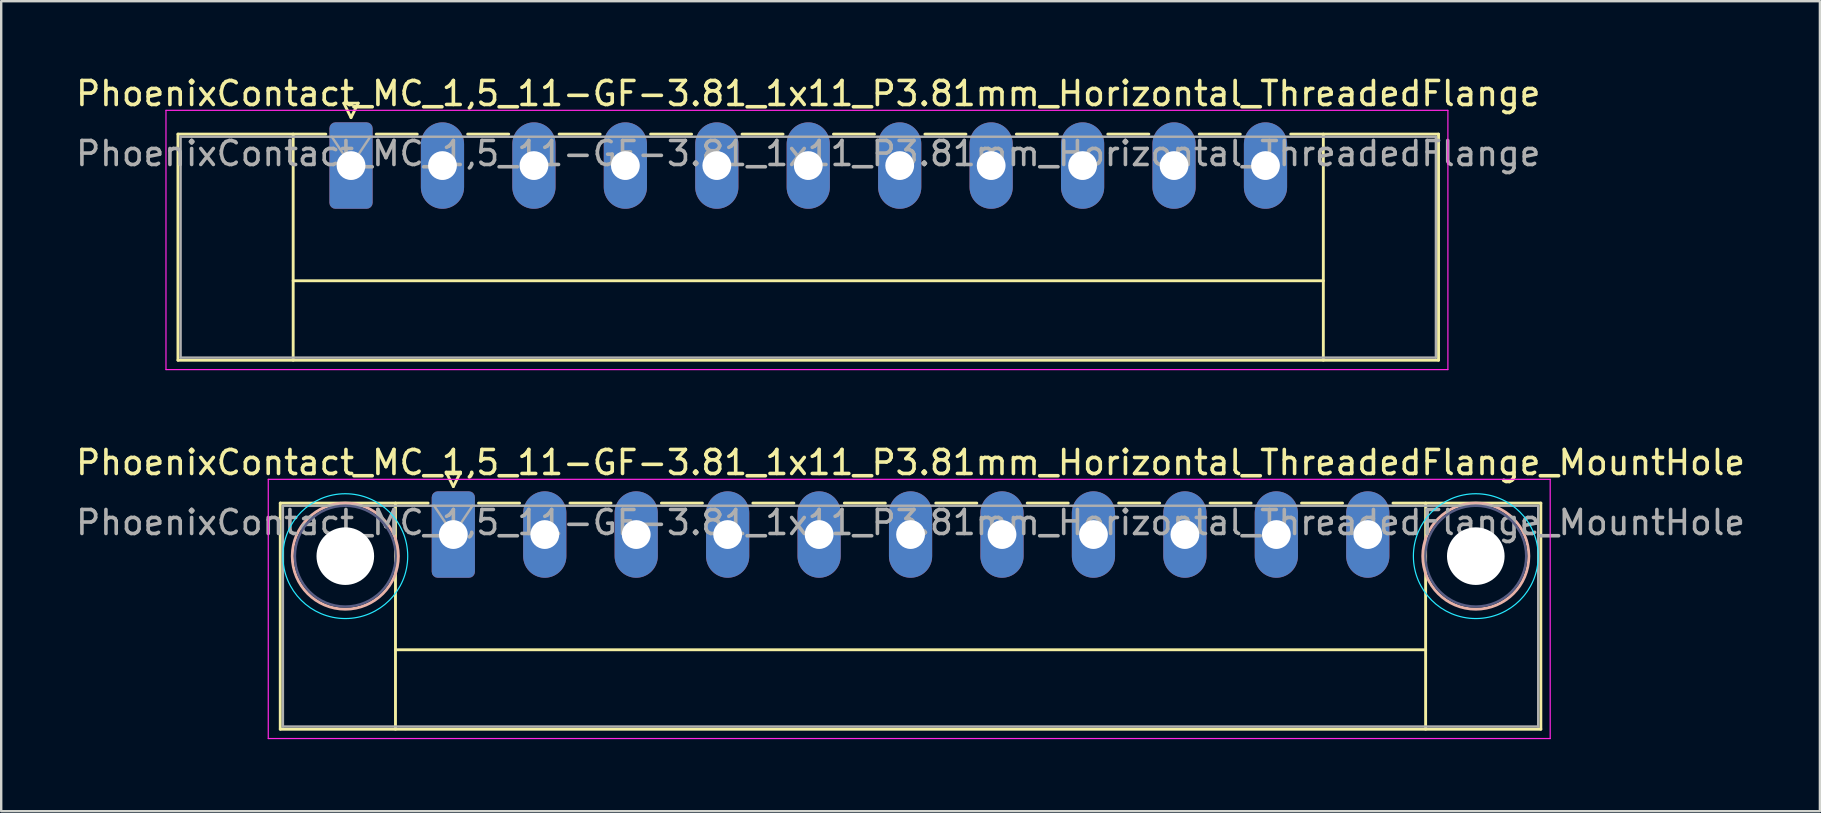
<source format=kicad_pcb>
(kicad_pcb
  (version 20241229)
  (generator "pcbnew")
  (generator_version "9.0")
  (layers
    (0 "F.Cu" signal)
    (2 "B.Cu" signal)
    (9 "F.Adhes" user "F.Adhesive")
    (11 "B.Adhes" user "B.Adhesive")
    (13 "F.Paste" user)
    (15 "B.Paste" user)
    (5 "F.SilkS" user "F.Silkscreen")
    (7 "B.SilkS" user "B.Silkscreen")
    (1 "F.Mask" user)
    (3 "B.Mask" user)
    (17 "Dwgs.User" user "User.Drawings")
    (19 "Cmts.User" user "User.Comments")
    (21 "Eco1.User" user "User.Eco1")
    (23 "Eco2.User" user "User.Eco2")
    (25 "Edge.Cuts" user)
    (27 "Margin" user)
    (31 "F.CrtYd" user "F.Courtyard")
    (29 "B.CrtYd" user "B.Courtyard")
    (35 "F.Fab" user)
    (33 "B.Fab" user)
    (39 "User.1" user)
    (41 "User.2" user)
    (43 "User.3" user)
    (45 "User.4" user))
  (footprint "PhoenixContact_MC_1,5_11-GF-3.81_1x11_P3.81mm_Horizontal_ThreadedFlange"
    (layer "F.Cu")
    (at 11.575 3.848)
    (property "Reference" "PhoenixContact_MC_1,5_11-GF-3.81_1x11_P3.81mm_Horizontal_ThreadedFlange" (at 19.05 -3 0) (layer "F.SilkS") (effects (font (size 1 1) (thickness 0.15))))
    (attr through_hole)
    (fp_line (start -7.21 -1.31) (end -7.21 8.11) (stroke (width 0.12) (type solid)) (layer "F.SilkS"))
    (fp_line (start -7.21 -1.31) (end -1.05 -1.31) (stroke (width 0.12) (type solid)) (layer "F.SilkS"))
    (fp_line (start -7.21 8.11) (end 45.31 8.11) (stroke (width 0.12) (type solid)) (layer "F.SilkS"))
    (fp_line (start -2.41 -1.31) (end -2.41 8.11) (stroke (width 0.12) (type solid)) (layer "F.SilkS"))
    (fp_line (start -2.41 4.8) (end 40.51 4.8) (stroke (width 0.12) (type solid)) (layer "F.SilkS"))
    (fp_line (start -0.3 -2.6) (end 0.3 -2.6) (stroke (width 0.12) (type solid)) (layer "F.SilkS"))
    (fp_line (start 0 -2) (end -0.3 -2.6) (stroke (width 0.12) (type solid)) (layer "F.SilkS"))
    (fp_line (start 0.3 -2.6) (end 0 -2) (stroke (width 0.12) (type solid)) (layer "F.SilkS"))
    (fp_line (start 1.05 -1.31) (end 2.76 -1.31) (stroke (width 0.12) (type solid)) (layer "F.SilkS"))
    (fp_line (start 4.86 -1.31) (end 6.57 -1.31) (stroke (width 0.12) (type solid)) (layer "F.SilkS"))
    (fp_line (start 8.67 -1.31) (end 10.38 -1.31) (stroke (width 0.12) (type solid)) (layer "F.SilkS"))
    (fp_line (start 12.48 -1.31) (end 14.19 -1.31) (stroke (width 0.12) (type solid)) (layer "F.SilkS"))
    (fp_line (start 16.29 -1.31) (end 18 -1.31) (stroke (width 0.12) (type solid)) (layer "F.SilkS"))
    (fp_line (start 20.1 -1.31) (end 21.81 -1.31) (stroke (width 0.12) (type solid)) (layer "F.SilkS"))
    (fp_line (start 23.91 -1.31) (end 25.62 -1.31) (stroke (width 0.12) (type solid)) (layer "F.SilkS"))
    (fp_line (start 27.72 -1.31) (end 29.43 -1.31) (stroke (width 0.12) (type solid)) (layer "F.SilkS"))
    (fp_line (start 31.53 -1.31) (end 33.24 -1.31) (stroke (width 0.12) (type solid)) (layer "F.SilkS"))
    (fp_line (start 35.34 -1.31) (end 37.05 -1.31) (stroke (width 0.12) (type solid)) (layer "F.SilkS"))
    (fp_line (start 40.51 -1.31) (end 40.51 8.11) (stroke (width 0.12) (type solid)) (layer "F.SilkS"))
    (fp_line (start 45.31 -1.31) (end 39.15 -1.31) (stroke (width 0.12) (type solid)) (layer "F.SilkS"))
    (fp_line (start 45.31 8.11) (end 45.31 -1.31) (stroke (width 0.12) (type solid)) (layer "F.SilkS"))
    (fp_line (start -7.71 -2.3) (end -7.71 8.5) (stroke (width 0.05) (type solid)) (layer "F.CrtYd"))
    (fp_line (start -7.71 8.5) (end 45.7 8.5) (stroke (width 0.05) (type solid)) (layer "F.CrtYd"))
    (fp_line (start 45.7 -2.3) (end -7.71 -2.3) (stroke (width 0.05) (type solid)) (layer "F.CrtYd"))
    (fp_line (start 45.7 8.5) (end 45.7 -2.3) (stroke (width 0.05) (type solid)) (layer "F.CrtYd"))
    (fp_line (start -7.1 -1.2) (end -7.1 8) (stroke (width 0.1) (type solid)) (layer "F.Fab"))
    (fp_line (start -7.1 8) (end 45.2 8) (stroke (width 0.1) (type solid)) (layer "F.Fab"))
    (fp_line (start 0 0) (end -0.8 -1.2) (stroke (width 0.1) (type solid)) (layer "F.Fab"))
    (fp_line (start 0.8 -1.2) (end 0 0) (stroke (width 0.1) (type solid)) (layer "F.Fab"))
    (fp_line (start 45.2 -1.2) (end -7.1 -1.2) (stroke (width 0.1) (type solid)) (layer "F.Fab"))
    (fp_line (start 45.2 8) (end 45.2 -1.2) (stroke (width 0.1) (type solid)) (layer "F.Fab"))
    (fp_text user "${REFERENCE}" (at 19.05 -0.5 0) (layer "F.Fab") (effects (font (size 1 1) (thickness 0.15))))
    (pad "1" thru_hole roundrect (at 0 0) (size 1.8 3.6) (drill 1.2) (layers "*.Cu" "*.Mask") (roundrect_rratio 0.139))
    (pad "2" thru_hole oval (at 3.81 0) (size 1.8 3.6) (drill 1.2) (layers "*.Cu" "*.Mask"))
    (pad "3" thru_hole oval (at 7.62 0) (size 1.8 3.6) (drill 1.2) (layers "*.Cu" "*.Mask"))
    (pad "4" thru_hole oval (at 11.43 0) (size 1.8 3.6) (drill 1.2) (layers "*.Cu" "*.Mask"))
    (pad "5" thru_hole oval (at 15.24 0) (size 1.8 3.6) (drill 1.2) (layers "*.Cu" "*.Mask"))
    (pad "6" thru_hole oval (at 19.05 0) (size 1.8 3.6) (drill 1.2) (layers "*.Cu" "*.Mask"))
    (pad "7" thru_hole oval (at 22.86 0) (size 1.8 3.6) (drill 1.2) (layers "*.Cu" "*.Mask"))
    (pad "8" thru_hole oval (at 26.67 0) (size 1.8 3.6) (drill 1.2) (layers "*.Cu" "*.Mask"))
    (pad "9" thru_hole oval (at 30.48 0) (size 1.8 3.6) (drill 1.2) (layers "*.Cu" "*.Mask"))
    (pad "10" thru_hole oval (at 34.29 0) (size 1.8 3.6) (drill 1.2) (layers "*.Cu" "*.Mask"))
    (pad "11" thru_hole oval (at 38.1 0) (size 1.8 3.6) (drill 1.2) (layers "*.Cu" "*.Mask")))
  (footprint "PhoenixContact_MC_1,5_11-GF-3.81_1x11_P3.81mm_Horizontal_ThreadedFlange_MountHole"
    (layer "F.Cu")
    (at 15.837 19.221)
    (property "Reference" "PhoenixContact_MC_1,5_11-GF-3.81_1x11_P3.81mm_Horizontal_ThreadedFlange_MountHole" (at 19.05 -3 0) (layer "F.SilkS") (effects (font (size 1 1) (thickness 0.15))))
    (attr through_hole)
    (fp_line (start -7.21 -1.31) (end -7.21 8.11) (stroke (width 0.12) (type solid)) (layer "F.SilkS"))
    (fp_line (start -7.21 -1.31) (end -1.05 -1.31) (stroke (width 0.12) (type solid)) (layer "F.SilkS"))
    (fp_line (start -7.21 8.11) (end 45.31 8.11) (stroke (width 0.12) (type solid)) (layer "F.SilkS"))
    (fp_line (start -2.41 -1.31) (end -2.41 8.11) (stroke (width 0.12) (type solid)) (layer "F.SilkS"))
    (fp_line (start -2.41 4.8) (end 40.51 4.8) (stroke (width 0.12) (type solid)) (layer "F.SilkS"))
    (fp_line (start -0.3 -2.6) (end 0.3 -2.6) (stroke (width 0.12) (type solid)) (layer "F.SilkS"))
    (fp_line (start 0 -2) (end -0.3 -2.6) (stroke (width 0.12) (type solid)) (layer "F.SilkS"))
    (fp_line (start 0.3 -2.6) (end 0 -2) (stroke (width 0.12) (type solid)) (layer "F.SilkS"))
    (fp_line (start 1.05 -1.31) (end 2.76 -1.31) (stroke (width 0.12) (type solid)) (layer "F.SilkS"))
    (fp_line (start 4.86 -1.31) (end 6.57 -1.31) (stroke (width 0.12) (type solid)) (layer "F.SilkS"))
    (fp_line (start 8.67 -1.31) (end 10.38 -1.31) (stroke (width 0.12) (type solid)) (layer "F.SilkS"))
    (fp_line (start 12.48 -1.31) (end 14.19 -1.31) (stroke (width 0.12) (type solid)) (layer "F.SilkS"))
    (fp_line (start 16.29 -1.31) (end 18 -1.31) (stroke (width 0.12) (type solid)) (layer "F.SilkS"))
    (fp_line (start 20.1 -1.31) (end 21.81 -1.31) (stroke (width 0.12) (type solid)) (layer "F.SilkS"))
    (fp_line (start 23.91 -1.31) (end 25.62 -1.31) (stroke (width 0.12) (type solid)) (layer "F.SilkS"))
    (fp_line (start 27.72 -1.31) (end 29.43 -1.31) (stroke (width 0.12) (type solid)) (layer "F.SilkS"))
    (fp_line (start 31.53 -1.31) (end 33.24 -1.31) (stroke (width 0.12) (type solid)) (layer "F.SilkS"))
    (fp_line (start 35.34 -1.31) (end 37.05 -1.31) (stroke (width 0.12) (type solid)) (layer "F.SilkS"))
    (fp_line (start 40.51 -1.31) (end 40.51 8.11) (stroke (width 0.12) (type solid)) (layer "F.SilkS"))
    (fp_line (start 45.31 -1.31) (end 39.15 -1.31) (stroke (width 0.12) (type solid)) (layer "F.SilkS"))
    (fp_line (start 45.31 8.11) (end 45.31 -1.31) (stroke (width 0.12) (type solid)) (layer "F.SilkS"))
    (fp_circle (center -4.5 0.9) (end -2.29 0.9) (stroke (width 0.12) (type solid)) (fill no) (layer "B.SilkS"))
    (fp_circle (center 42.6 0.9) (end 44.81 0.9) (stroke (width 0.12) (type solid)) (fill no) (layer "B.SilkS"))
    (fp_circle (center -4.5 0.9) (end -1.9 0.9) (stroke (width 0.05) (type solid)) (fill no) (layer "B.CrtYd"))
    (fp_circle (center 42.6 0.9) (end 45.2 0.9) (stroke (width 0.05) (type solid)) (fill no) (layer "B.CrtYd"))
    (fp_line (start -7.71 -2.3) (end -7.71 8.5) (stroke (width 0.05) (type solid)) (layer "F.CrtYd"))
    (fp_line (start -7.71 8.5) (end 45.7 8.5) (stroke (width 0.05) (type solid)) (layer "F.CrtYd"))
    (fp_line (start 45.7 -2.3) (end -7.71 -2.3) (stroke (width 0.05) (type solid)) (layer "F.CrtYd"))
    (fp_line (start 45.7 8.5) (end 45.7 -2.3) (stroke (width 0.05) (type solid)) (layer "F.CrtYd"))
    (fp_circle (center -4.5 0.9) (end -2.4 0.9) (stroke (width 0.1) (type solid)) (fill no) (layer "B.Fab"))
    (fp_circle (center 42.6 0.9) (end 44.7 0.9) (stroke (width 0.1) (type solid)) (fill no) (layer "B.Fab"))
    (fp_line (start -7.1 -1.2) (end -7.1 8) (stroke (width 0.1) (type solid)) (layer "F.Fab"))
    (fp_line (start -7.1 8) (end 45.2 8) (stroke (width 0.1) (type solid)) (layer "F.Fab"))
    (fp_line (start 0 0) (end -0.8 -1.2) (stroke (width 0.1) (type solid)) (layer "F.Fab"))
    (fp_line (start 0.8 -1.2) (end 0 0) (stroke (width 0.1) (type solid)) (layer "F.Fab"))
    (fp_line (start 45.2 -1.2) (end -7.1 -1.2) (stroke (width 0.1) (type solid)) (layer "F.Fab"))
    (fp_line (start 45.2 8) (end 45.2 -1.2) (stroke (width 0.1) (type solid)) (layer "F.Fab"))
    (fp_text user "${REFERENCE}" (at 19.05 -0.5 0) (layer "F.Fab") (effects (font (size 1 1) (thickness 0.15))))
    (pad "" np_thru_hole circle (at -4.5 0.9) (size 2.4 2.4) (drill 2.4) (layers "*.Cu" "*.Mask"))
    (pad "" np_thru_hole circle (at 42.6 0.9) (size 2.4 2.4) (drill 2.4) (layers "*.Cu" "*.Mask"))
    (pad "1" thru_hole roundrect (at 0 0) (size 1.8 3.6) (drill 1.2) (layers "*.Cu" "*.Mask") (roundrect_rratio 0.139))
    (pad "2" thru_hole oval (at 3.81 0) (size 1.8 3.6) (drill 1.2) (layers "*.Cu" "*.Mask"))
    (pad "3" thru_hole oval (at 7.62 0) (size 1.8 3.6) (drill 1.2) (layers "*.Cu" "*.Mask"))
    (pad "4" thru_hole oval (at 11.43 0) (size 1.8 3.6) (drill 1.2) (layers "*.Cu" "*.Mask"))
    (pad "5" thru_hole oval (at 15.24 0) (size 1.8 3.6) (drill 1.2) (layers "*.Cu" "*.Mask"))
    (pad "6" thru_hole oval (at 19.05 0) (size 1.8 3.6) (drill 1.2) (layers "*.Cu" "*.Mask"))
    (pad "7" thru_hole oval (at 22.86 0) (size 1.8 3.6) (drill 1.2) (layers "*.Cu" "*.Mask"))
    (pad "8" thru_hole oval (at 26.67 0) (size 1.8 3.6) (drill 1.2) (layers "*.Cu" "*.Mask"))
    (pad "9" thru_hole oval (at 30.48 0) (size 1.8 3.6) (drill 1.2) (layers "*.Cu" "*.Mask"))
    (pad "10" thru_hole oval (at 34.29 0) (size 1.8 3.6) (drill 1.2) (layers "*.Cu" "*.Mask"))
    (pad "11" thru_hole oval (at 38.1 0) (size 1.8 3.6) (drill 1.2) (layers "*.Cu" "*.Mask")))
  (gr_rect
    (start -3 -3)
    (end 72.774 30.747)
    (stroke (width 0.1) (type default))
    (fill no)
    (layer "Edge.Cuts")))
</source>
